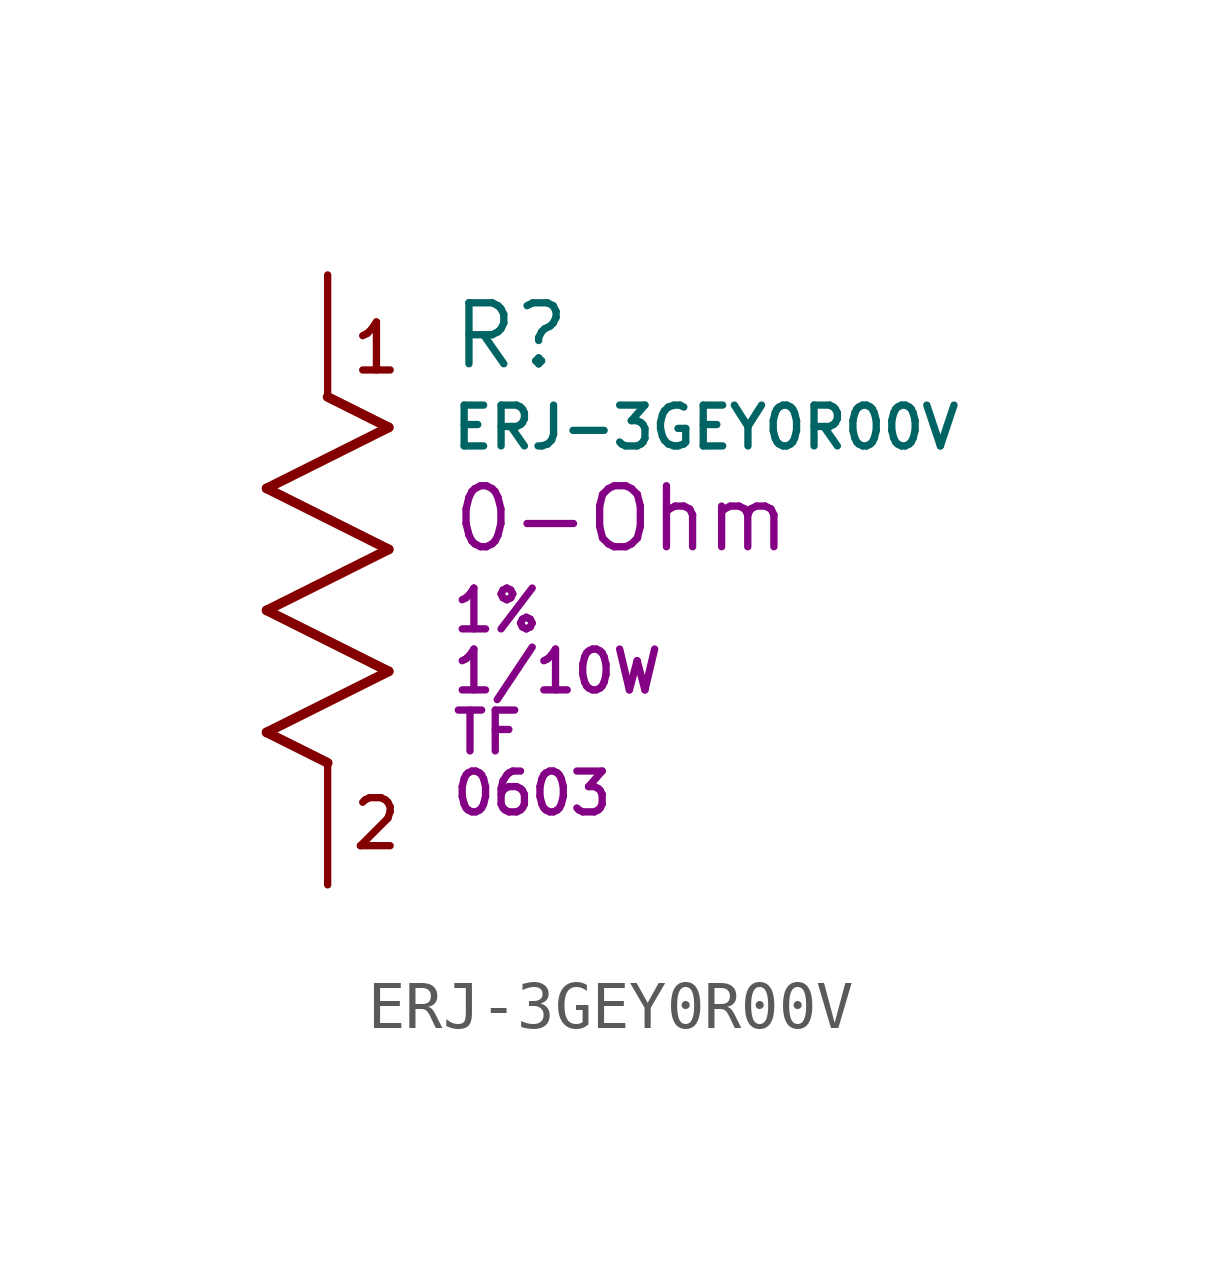
<source format=kicad_sym>
(kicad_symbol_lib
  (version 20211014)
  (generator kicad_symbol_editor)
  (symbol "ERJ-3GEY0R00V"
    (pin_numbers hide)
    (pin_names
      (offset -2.54) hide)
    (property "Reference" "R"
      (at 2.54 -1.27 0)
      (effects (font (size 1.27 1.27)) (justify left)))
    (property "Value" "ERJ-3GEY0R00V"
      (at 2.54 -3.175 0)
      (effects (font (size 0.85 0.85)) (justify left)))
    (property "Resistance" "0-Ohm"
      (at 2.54 -5.08 0)
      (effects (font (size 1.27 1.27)) (justify left)))
    (property "Tolerance" "1%"
      (at 2.54 -6.985 0)
      (effects (font (size 0.85 0.85)) (justify left)))
    (property "Power Dissipation" "1/10W"
      (at 2.54 -8.255 0)
      (effects (font (size 0.85 0.85)) (justify left)))
    (property "Type" "TF"
      (at 2.54 -9.525 0)
      (effects (font (size 0.85 0.85)) (justify left)))
    (property "Size" "0603"
      (at 2.54 -10.795 0)
      (effects (font (size 0.85 0.85)) (justify left)))
    (symbol "ERJ-3GEY0R00V_0_0"
      (text "1" (at 1.016 -1.524 0) (effects (font (size 1 1))))
      (text "2" (at 1.016 -11.43 0) (effects (font (size 1 1)))))
    (symbol "ERJ-3GEY0R00V_1_1"
      (polyline (pts (xy -1.27 -9.525) (xy 1.27 -8.255)) (stroke (width 0.203) (type default) (color 0 0 0 0)) (fill (type none)))
      (polyline (pts (xy -1.27 -6.985) (xy 1.27 -5.715)) (stroke (width 0.203) (type default) (color 0 0 0 0)) (fill (type none)))
      (polyline (pts (xy -1.27 -4.445) (xy 1.27 -3.175)) (stroke (width 0.203) (type default) (color 0 0 0 0)) (fill (type none)))
      (polyline (pts (xy 0 -10.16) (xy -1.27 -9.525)) (stroke (width 0.203) (type default) (color 0 0 0 0)) (fill (type none)))
      (polyline (pts (xy 1.27 -8.255) (xy -1.27 -6.985)) (stroke (width 0.203) (type default) (color 0 0 0 0)) (fill (type none)))
      (polyline (pts (xy 1.27 -5.715) (xy -1.27 -4.445)) (stroke (width 0.203) (type default) (color 0 0 0 0)) (fill (type none)))
      (polyline (pts (xy 1.27 -3.175) (xy 0 -2.54)) (stroke (width 0.203) (type default) (color 0 0 0 0)) (fill (type none)))
      (pin passive line (at 0 0 270) (length 2.54) (name "1" (effects (font (size 1.27 1.27)))) (number "1" (effects (font (size 1.27 1.27)))))
      (pin passive line (at 0 -12.7 90) (length 2.54) (name "2" (effects (font (size 1.27 1.27)))) (number "2" (effects (font (size 1.27 1.27))))))))
</source>
